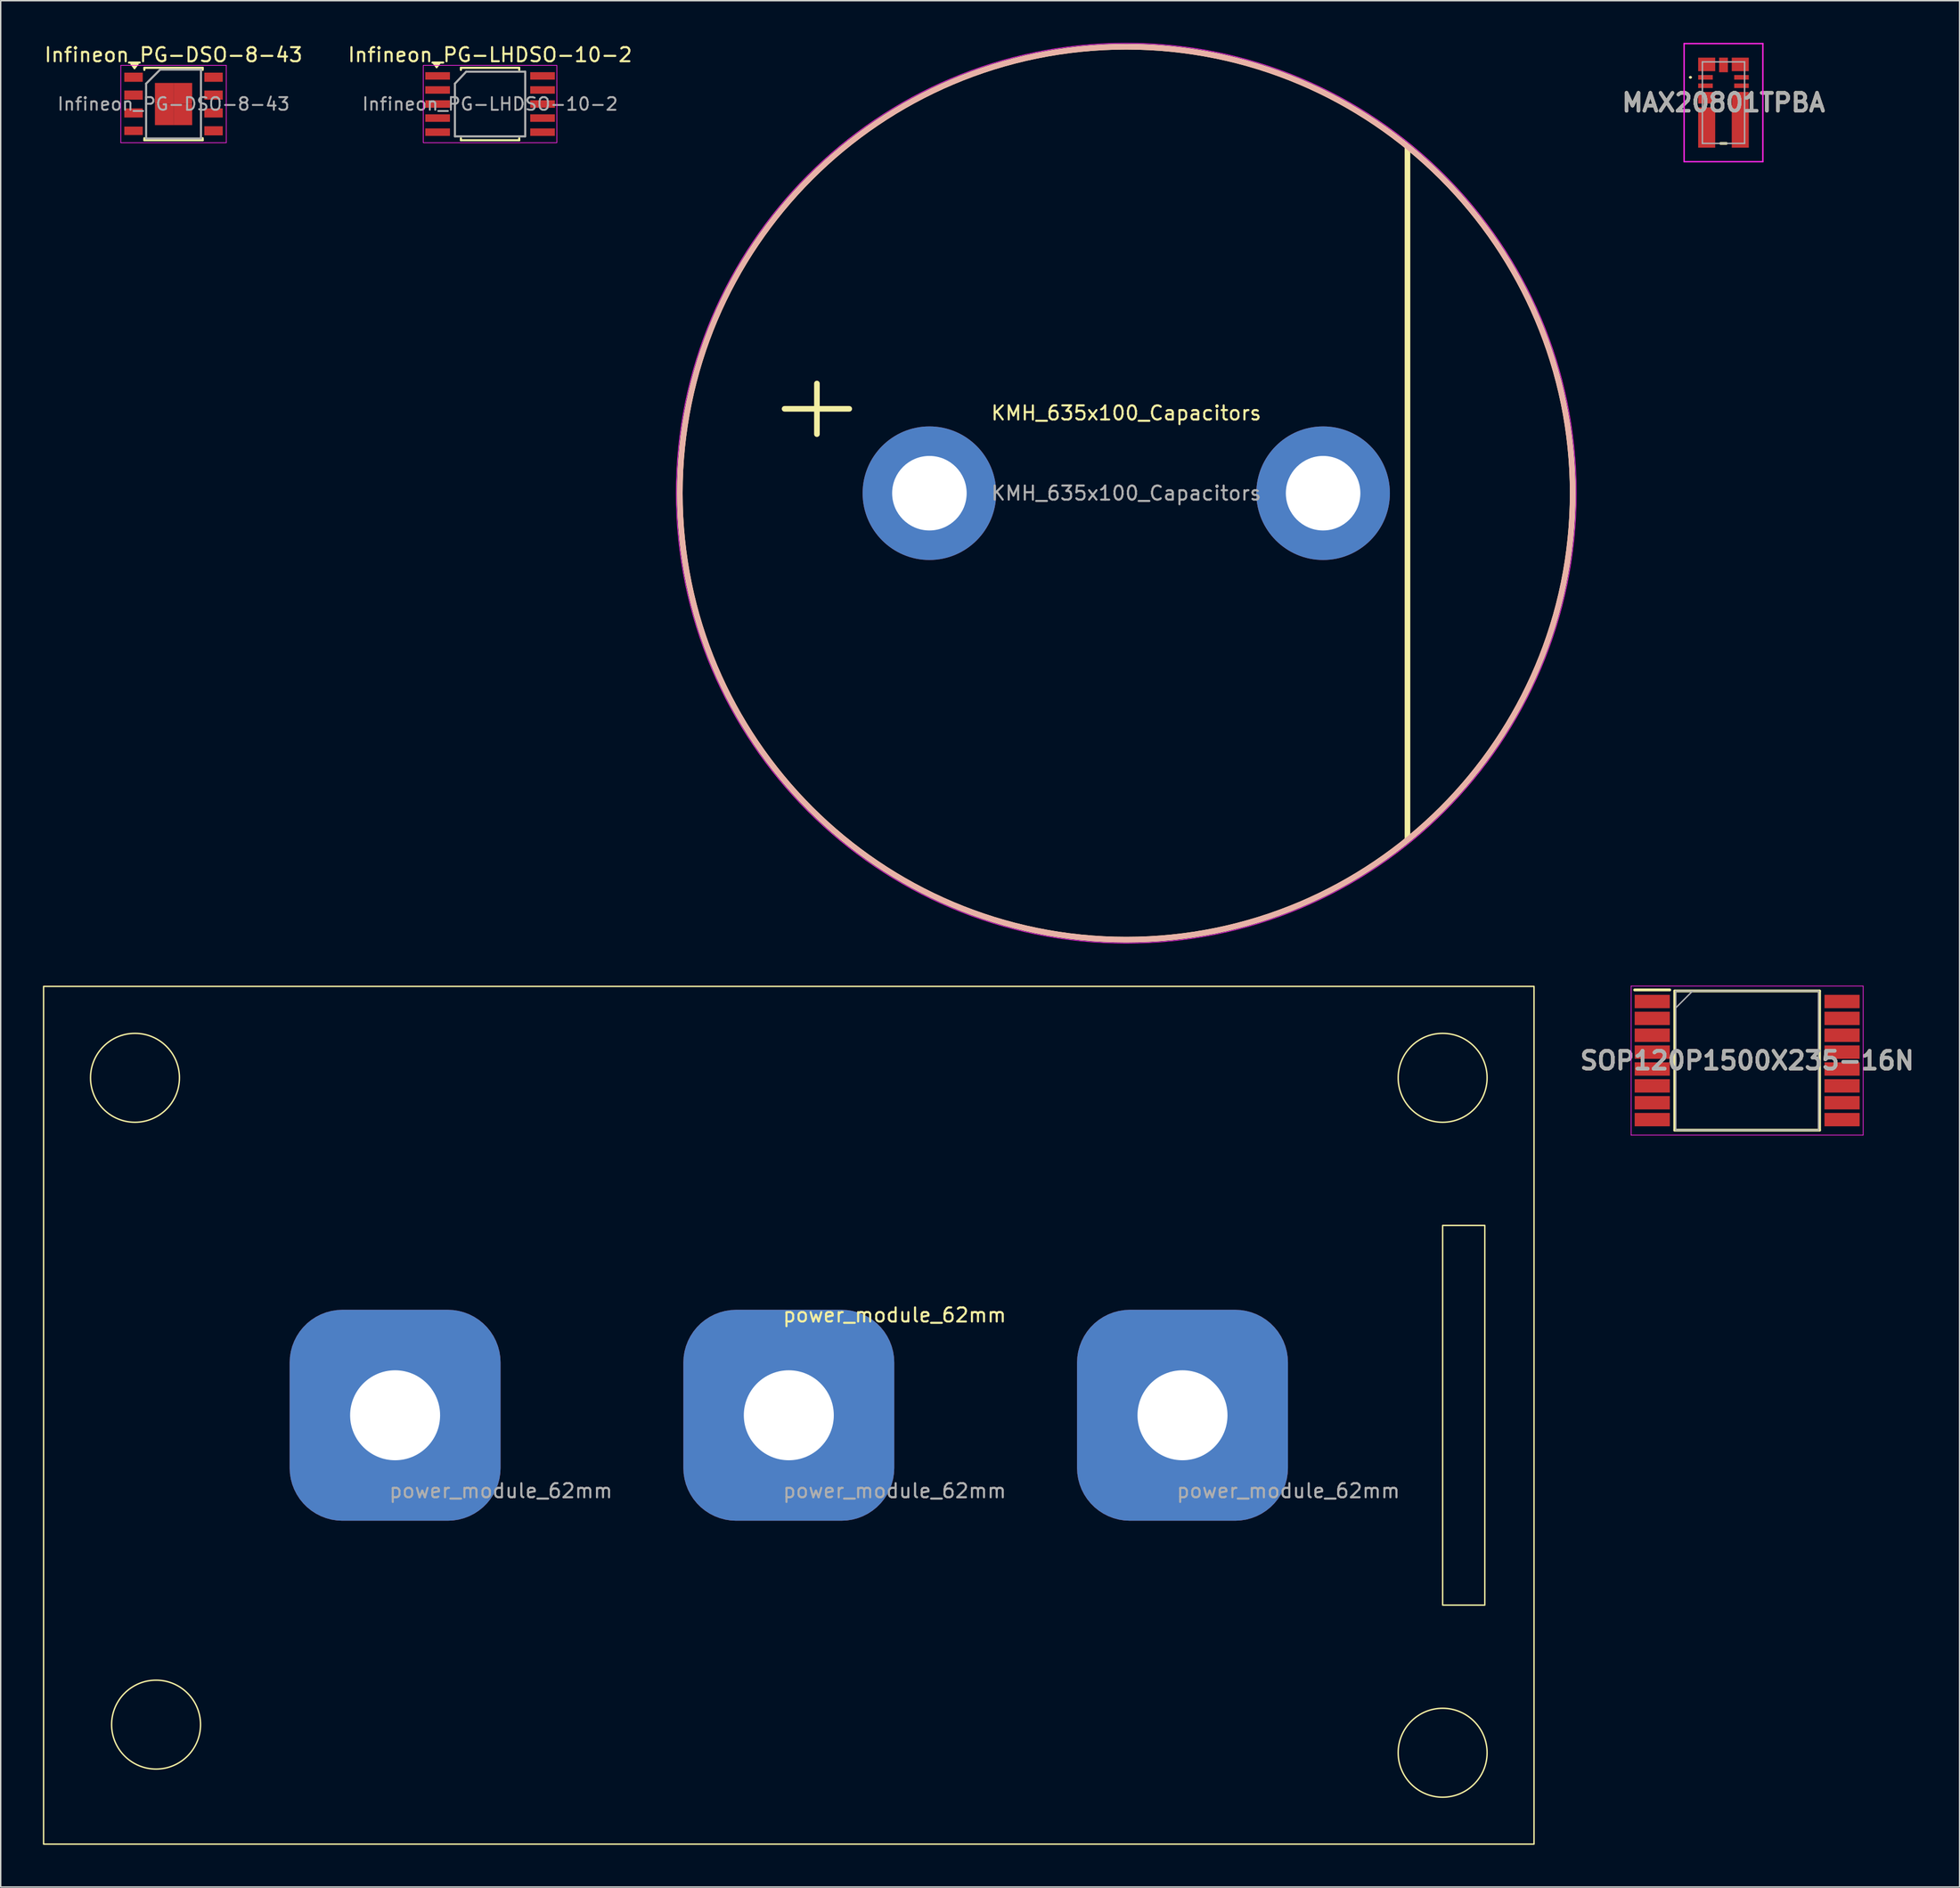
<source format=kicad_pcb>
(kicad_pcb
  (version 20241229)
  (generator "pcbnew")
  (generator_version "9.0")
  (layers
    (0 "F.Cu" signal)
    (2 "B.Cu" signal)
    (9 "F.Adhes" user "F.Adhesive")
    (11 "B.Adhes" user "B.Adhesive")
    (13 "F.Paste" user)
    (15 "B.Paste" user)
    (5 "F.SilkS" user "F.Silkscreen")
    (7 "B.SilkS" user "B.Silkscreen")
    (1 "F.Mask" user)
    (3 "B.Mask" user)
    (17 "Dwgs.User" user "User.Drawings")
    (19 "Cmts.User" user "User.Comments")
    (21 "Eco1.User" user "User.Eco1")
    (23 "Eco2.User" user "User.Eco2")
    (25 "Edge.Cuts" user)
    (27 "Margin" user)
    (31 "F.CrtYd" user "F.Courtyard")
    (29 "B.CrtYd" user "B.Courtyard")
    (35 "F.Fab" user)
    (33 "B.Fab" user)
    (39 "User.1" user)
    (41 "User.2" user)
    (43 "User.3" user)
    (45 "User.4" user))
  (footprint "Infineon_PG-DSO-8-43"
    (layer "F.Cu")
    (at 9.292 4.348)
    (property "Reference" "Infineon_PG-DSO-8-43" (at 0 -3.5 0) (layer "F.SilkS") (effects (font (size 1 1) (thickness 0.15))))
    (attr smd)
    (fp_line (start -2.075 -2.575) (end 2.075 -2.575) (stroke (width 0.15) (type solid)) (layer "F.SilkS"))
    (fp_line (start -2.075 -2.43) (end -2.075 -2.575) (stroke (width 0.15) (type solid)) (layer "F.SilkS"))
    (fp_line (start -2.075 2.575) (end -2.075 2.43) (stroke (width 0.15) (type solid)) (layer "F.SilkS"))
    (fp_line (start -2.075 2.575) (end 2.075 2.575) (stroke (width 0.15) (type solid)) (layer "F.SilkS"))
    (fp_line (start 2.075 -2.575) (end 2.075 -2.43) (stroke (width 0.15) (type solid)) (layer "F.SilkS"))
    (fp_line (start 2.075 2.575) (end 2.075 2.43) (stroke (width 0.15) (type solid)) (layer "F.SilkS"))
    (fp_poly (pts (xy -2.775 -2.525) (xy -3.015 -2.855) (xy -2.535 -2.855) (xy -2.775 -2.525)) (stroke (width 0.12) (type solid)) (fill yes) (layer "F.SilkS"))
    (fp_line (start -3.75 -2.75) (end -3.75 2.75) (stroke (width 0.05) (type solid)) (layer "F.CrtYd"))
    (fp_line (start -3.75 -2.75) (end 3.75 -2.75) (stroke (width 0.05) (type solid)) (layer "F.CrtYd"))
    (fp_line (start -3.75 2.75) (end 3.75 2.75) (stroke (width 0.05) (type solid)) (layer "F.CrtYd"))
    (fp_line (start 3.75 -2.75) (end 3.75 2.75) (stroke (width 0.05) (type solid)) (layer "F.CrtYd"))
    (fp_line (start -1.95 -1.45) (end -0.95 -2.45) (stroke (width 0.15) (type solid)) (layer "F.Fab"))
    (fp_line (start -1.95 2.45) (end -1.95 -1.45) (stroke (width 0.15) (type solid)) (layer "F.Fab"))
    (fp_line (start -0.95 -2.45) (end 1.95 -2.45) (stroke (width 0.15) (type solid)) (layer "F.Fab"))
    (fp_line (start 1.95 -2.45) (end 1.95 2.45) (stroke (width 0.15) (type solid)) (layer "F.Fab"))
    (fp_line (start 1.95 2.45) (end -1.95 2.45) (stroke (width 0.15) (type solid)) (layer "F.Fab"))
    (fp_text user "${REFERENCE}" (at 0 0 0) (layer "F.Fab") (effects (font (size 0.9 0.9) (thickness 0.135))))
    (pad "1" smd rect (at -2.845 -1.905) (size 1.31 0.65) (layers "F.Cu" "F.Mask" "F.Paste"))
    (pad "2" smd rect (at -2.845 -0.635) (size 1.31 0.65) (layers "F.Cu" "F.Mask" "F.Paste"))
    (pad "3" smd rect (at -2.845 0.635) (size 1.31 0.65) (layers "F.Cu" "F.Mask" "F.Paste"))
    (pad "4" smd rect (at -2.845 1.905) (size 1.31 0.6) (layers "F.Cu" "F.Mask" "F.Paste"))
    (pad "5" smd rect (at 2.845 1.905) (size 1.31 0.65) (layers "F.Cu" "F.Mask" "F.Paste"))
    (pad "6" smd rect (at 2.845 0.635) (size 1.31 0.65) (layers "F.Cu" "F.Mask" "F.Paste"))
    (pad "7" smd rect (at 2.845 -0.635) (size 1.31 0.65) (layers "F.Cu" "F.Mask" "F.Paste"))
    (pad "8" smd rect (at 2.845 -1.905) (size 1.31 0.65) (layers "F.Cu" "F.Mask" "F.Paste"))
    (pad "9" smd rect (at -0.662 -0.75) (size 1.325 1.5) (layers "F.Cu" "F.Mask" "F.Paste"))
    (pad "9" smd rect (at -0.662 0.75) (size 1.325 1.5) (layers "F.Cu" "F.Mask" "F.Paste"))
    (pad "9" smd rect (at 0.662 -0.75) (size 1.325 1.5) (layers "F.Cu" "F.Mask" "F.Paste"))
    (pad "9" smd rect (at 0.662 0.75) (size 1.325 1.5) (layers "F.Cu" "F.Mask" "F.Paste")))
  (footprint "Infineon_PG-LHDSO-10-2"
    (layer "F.Cu")
    (at 31.804 4.348)
    (property "Reference" "Infineon_PG-LHDSO-10-2" (at 0 -3.5 0) (layer "F.SilkS") (effects (font (size 1 1) (thickness 0.15))))
    (attr smd)
    (fp_line (start -2.075 -2.575) (end 2.075 -2.575) (stroke (width 0.15) (type solid)) (layer "F.SilkS"))
    (fp_line (start -2.075 -2.43) (end -2.075 -2.575) (stroke (width 0.15) (type solid)) (layer "F.SilkS"))
    (fp_line (start -2.075 2.575) (end -2.075 2.43) (stroke (width 0.15) (type solid)) (layer "F.SilkS"))
    (fp_line (start -2.075 2.575) (end 2.075 2.575) (stroke (width 0.15) (type solid)) (layer "F.SilkS"))
    (fp_line (start 2.075 -2.575) (end 2.075 -2.43) (stroke (width 0.15) (type solid)) (layer "F.SilkS"))
    (fp_line (start 2.075 2.575) (end 2.075 2.43) (stroke (width 0.15) (type solid)) (layer "F.SilkS"))
    (fp_poly (pts (xy -3.8 -2.6) (xy -4.04 -2.93) (xy -3.56 -2.93) (xy -3.8 -2.6)) (stroke (width 0.12) (type solid)) (fill yes) (layer "F.SilkS"))
    (fp_rect (start -4.75 -2.75) (end 4.75 2.75) (stroke (width 0.05) (type default)) (fill no) (layer "F.CrtYd"))
    (fp_line (start -2.5 -1.45) (end -1.7 -2.3) (stroke (width 0.15) (type solid)) (layer "F.Fab"))
    (fp_line (start -2.5 2.3) (end -2.5 -1.45) (stroke (width 0.15) (type solid)) (layer "F.Fab"))
    (fp_line (start -1.7 -2.3) (end 2.5 -2.3) (stroke (width 0.15) (type solid)) (layer "F.Fab"))
    (fp_line (start 2.5 -2.3) (end 2.5 2.3) (stroke (width 0.15) (type solid)) (layer "F.Fab"))
    (fp_line (start 2.5 2.3) (end -2.5 2.3) (stroke (width 0.15) (type solid)) (layer "F.Fab"))
    (fp_text user "${REFERENCE}" (at 0 0 0) (layer "F.Fab") (effects (font (size 0.9 0.9) (thickness 0.135))))
    (pad "1" smd rect (at -3.73 -2) (size 1.75 0.53) (layers "F.Cu" "F.Mask" "F.Paste"))
    (pad "2" smd rect (at -3.73 -1) (size 1.75 0.53) (layers "F.Cu" "F.Mask" "F.Paste"))
    (pad "3" smd rect (at -3.73 0) (size 1.75 0.53) (layers "F.Cu" "F.Mask" "F.Paste"))
    (pad "4" smd rect (at -3.73 1) (size 1.75 0.53) (layers "F.Cu" "F.Mask" "F.Paste"))
    (pad "5" smd rect (at -3.73 2) (size 1.75 0.53) (layers "F.Cu" "F.Mask" "F.Paste"))
    (pad "6" smd rect (at 3.73 2) (size 1.75 0.53) (layers "F.Cu" "F.Mask" "F.Paste"))
    (pad "7" smd rect (at 3.73 1) (size 1.75 0.53) (layers "F.Cu" "F.Mask" "F.Paste"))
    (pad "8" smd rect (at 3.73 0) (size 1.75 0.53) (layers "F.Cu" "F.Mask" "F.Paste"))
    (pad "9" smd rect (at 3.73 -1) (size 1.75 0.53) (layers "F.Cu" "F.Mask" "F.Paste"))
    (pad "10" smd rect (at 3.73 -2) (size 1.75 0.53) (layers "F.Cu" "F.Mask" "F.Paste")))
  (footprint "SOP120P1500X235-16N"
    (layer "F.Cu")
    (at 121.207 72.375)
    (property "Reference" "SOP120P1500X235-16N" (at 0 0 0) (layer "F.SilkS") (effects (font (size 1.27 1.27) (thickness 0.254))))
    (attr smd)
    (fp_line (start -8 -5.025) (end -5.5 -5.025) (stroke (width 0.2) (type solid)) (layer "F.SilkS"))
    (fp_line (start -5.15 -4.95) (end 5.15 -4.95) (stroke (width 0.2) (type solid)) (layer "F.SilkS"))
    (fp_line (start -5.15 4.95) (end -5.15 -4.95) (stroke (width 0.2) (type solid)) (layer "F.SilkS"))
    (fp_line (start 5.15 -4.95) (end 5.15 4.95) (stroke (width 0.2) (type solid)) (layer "F.SilkS"))
    (fp_line (start 5.15 4.95) (end -5.15 4.95) (stroke (width 0.2) (type solid)) (layer "F.SilkS"))
    (fp_line (start -8.25 -5.3) (end 8.25 -5.3) (stroke (width 0.05) (type solid)) (layer "F.CrtYd"))
    (fp_line (start -8.25 5.3) (end -8.25 -5.3) (stroke (width 0.05) (type solid)) (layer "F.CrtYd"))
    (fp_line (start 8.25 -5.3) (end 8.25 5.3) (stroke (width 0.05) (type solid)) (layer "F.CrtYd"))
    (fp_line (start 8.25 5.3) (end -8.25 5.3) (stroke (width 0.05) (type solid)) (layer "F.CrtYd"))
    (fp_line (start -5.075 -4.95) (end 5.075 -4.95) (stroke (width 0.1) (type solid)) (layer "F.Fab"))
    (fp_line (start -5.075 -3.75) (end -3.875 -4.95) (stroke (width 0.1) (type solid)) (layer "F.Fab"))
    (fp_line (start -5.075 4.95) (end -5.075 -4.95) (stroke (width 0.1) (type solid)) (layer "F.Fab"))
    (fp_line (start 5.075 -4.95) (end 5.075 4.95) (stroke (width 0.1) (type solid)) (layer "F.Fab"))
    (fp_line (start 5.075 4.95) (end -5.075 4.95) (stroke (width 0.1) (type solid)) (layer "F.Fab"))
    (fp_text user "${REFERENCE}" (at 0 0 0) (layer "F.Fab") (effects (font (size 1.27 1.27) (thickness 0.254))))
    (pad "1" smd rect (at -6.75 -4.2 90) (size 0.95 2.5) (layers "F.Cu" "F.Mask" "F.Paste"))
    (pad "2" smd rect (at -6.75 -3 90) (size 0.95 2.5) (layers "F.Cu" "F.Mask" "F.Paste"))
    (pad "3" smd rect (at -6.75 -1.8 90) (size 0.95 2.5) (layers "F.Cu" "F.Mask" "F.Paste"))
    (pad "4" smd rect (at -6.75 -0.6 90) (size 0.95 2.5) (layers "F.Cu" "F.Mask" "F.Paste"))
    (pad "5" smd rect (at -6.75 0.6 90) (size 0.95 2.5) (layers "F.Cu" "F.Mask" "F.Paste"))
    (pad "6" smd rect (at -6.75 1.8 90) (size 0.95 2.5) (layers "F.Cu" "F.Mask" "F.Paste"))
    (pad "7" smd rect (at -6.75 3 90) (size 0.95 2.5) (layers "F.Cu" "F.Mask" "F.Paste"))
    (pad "8" smd rect (at -6.75 4.2 90) (size 0.95 2.5) (layers "F.Cu" "F.Mask" "F.Paste"))
    (pad "9" smd rect (at 6.75 4.2 90) (size 0.95 2.5) (layers "F.Cu" "F.Mask" "F.Paste"))
    (pad "10" smd rect (at 6.75 3 90) (size 0.95 2.5) (layers "F.Cu" "F.Mask" "F.Paste"))
    (pad "11" smd rect (at 6.75 1.8 90) (size 0.95 2.5) (layers "F.Cu" "F.Mask" "F.Paste"))
    (pad "12" smd rect (at 6.75 0.6 90) (size 0.95 2.5) (layers "F.Cu" "F.Mask" "F.Paste"))
    (pad "13" smd rect (at 6.75 -0.6 90) (size 0.95 2.5) (layers "F.Cu" "F.Mask" "F.Paste"))
    (pad "14" smd rect (at 6.75 -1.8 90) (size 0.95 2.5) (layers "F.Cu" "F.Mask" "F.Paste"))
    (pad "15" smd rect (at 6.75 -3 90) (size 0.95 2.5) (layers "F.Cu" "F.Mask" "F.Paste"))
    (pad "16" smd rect (at 6.75 -4.2 90) (size 0.95 2.5) (layers "F.Cu" "F.Mask" "F.Paste")))
  (footprint "KMH_635x100_Capacitors"
    (layer "F.Cu")
    (at 77.049 32.025)
    (property "Reference" "KMH_635x100_Capacitors" (at 0 -5.7 0) (layer "F.SilkS") (effects (font (size 1 1) (thickness 0.15))))
    (attr exclude_from_pos_files exclude_from_bom)
    (fp_line (start -24.3 -6) (end -19.7 -6) (stroke (width 0.4) (type solid)) (layer "F.SilkS"))
    (fp_line (start -22 -7.8) (end -22 -4.2) (stroke (width 0.4) (type solid)) (layer "F.SilkS"))
    (fp_line (start 20 -24.6) (end 20 24.6) (stroke (width 0.4) (type solid)) (layer "F.SilkS"))
    (fp_circle (center 0 0) (end 31.75 0) (stroke (width 0.4) (type solid)) (fill no) (layer "F.SilkS"))
    (fp_circle (center 0 0) (end 31.75 0) (stroke (width 0.4) (type solid)) (fill no) (layer "B.SilkS"))
    (fp_circle (center 0 0) (end 32 0) (stroke (width 0.05) (type solid)) (fill no) (layer "F.CrtYd"))
    (fp_text user "${REFERENCE}" (at 0 0 0) (layer "F.Fab") (effects (font (size 1 1) (thickness 0.15))))
    (pad "1" thru_hole circle (at -14 0) (size 9.5 9.5) (drill 5.3) (layers "*.Cu" "*.Mask"))
    (pad "2" thru_hole circle (at 14 0) (size 9.5 9.5) (drill 5.3) (layers "*.Cu" "*.Mask")))
  (footprint "power_module_62mm"
    (layer "F.Cu")
    (at 53.05 97.6)
    (property "Reference" "power_module_62mm" (at 7.525 -7.125 0) (layer "F.SilkS") (effects (font (size 1 1) (thickness 0.15))))
    (attr through_hole)
    (fp_rect (start -53 -30.5) (end 53 30.5) (stroke (width 0.1) (type solid)) (fill no) (layer "F.SilkS"))
    (fp_rect (start 46.5 -13.5) (end 49.5 13.5) (stroke (width 0.1) (type solid)) (fill no) (layer "F.SilkS"))
    (fp_circle (center -46.5 -24) (end -43.338 -24) (stroke (width 0.1) (type solid)) (fill no) (layer "F.SilkS"))
    (fp_circle (center -45 22) (end -41.838 22) (stroke (width 0.1) (type solid)) (fill no) (layer "F.SilkS"))
    (fp_circle (center 46.5 -24) (end 49.662 -24) (stroke (width 0.1) (type solid)) (fill no) (layer "F.SilkS"))
    (fp_circle (center 46.5 24) (end 49.662 24) (stroke (width 0.1) (type solid)) (fill no) (layer "F.SilkS"))
    (fp_text user "${REFERENCE}" (at -20.475 5.375 0) (layer "F.Fab") (effects (font (size 1 1) (thickness 0.15))))
    (fp_text user "${REFERENCE}" (at 35.525 5.375 0) (layer "F.Fab") (effects (font (size 1 1) (thickness 0.15))))
    (fp_text user "${REFERENCE}" (at 7.525 5.375 0) (layer "F.Fab") (effects (font (size 1 1) (thickness 0.15))))
    (pad "1" thru_hole circle (at -28 0) (size 12 12) (drill 6.4) (layers "*.Cu" "*.Mask"))
    (pad "1" smd roundrect (at -28 0) (size 15 15) (layers "F.Cu" "F.Mask") (roundrect_rratio 0.25))
    (pad "1" smd roundrect (at -28 0) (size 15 15) (layers "B.Cu" "B.Mask") (roundrect_rratio 0.25))
    (pad "2" thru_hole circle (at 0 0) (size 12 12) (drill 6.4) (layers "*.Cu" "*.Mask"))
    (pad "2" smd roundrect (at 0 0) (size 15 15) (layers "F.Cu" "F.Mask") (roundrect_rratio 0.25))
    (pad "2" smd roundrect (at 0 0) (size 15 15) (layers "B.Cu" "B.Mask") (roundrect_rratio 0.25))
    (pad "3" thru_hole circle (at 28 0) (size 12 12) (drill 6.4) (layers "*.Cu" "*.Mask"))
    (pad "3" smd roundrect (at 28 0) (size 15 15) (layers "F.Cu" "F.Mask") (roundrect_rratio 0.25))
    (pad "3" smd roundrect (at 28 0) (size 15 15) (layers "B.Cu" "B.Mask") (roundrect_rratio 0.25)))
  (footprint "MAX20801TPBA"
    (layer "F.Cu")
    (at 119.524 4.25)
    (property "Reference" "MAX20801TPBA" (at 0 0 0) (layer "F.SilkS") (effects (font (size 1.27 1.27) (thickness 0.254))))
    (attr smd)
    (fp_line (start -2.4 -1.8) (end -2.4 -1.8) (stroke (width 0.1) (type solid)) (layer "F.SilkS"))
    (fp_line (start -2.3 -1.8) (end -2.3 -1.8) (stroke (width 0.1) (type solid)) (layer "F.SilkS"))
    (fp_line (start -0.2 2.9) (end 0.2 2.9) (stroke (width 0.2) (type solid)) (layer "F.SilkS"))
    (fp_arc (start -2.4 -1.8) (mid -2.35 -1.85) (end -2.3 -1.8) (stroke (width 0.1) (type solid)) (layer "F.SilkS"))
    (fp_arc (start -2.3 -1.8) (mid -2.35 -1.75) (end -2.4 -1.8) (stroke (width 0.1) (type solid)) (layer "F.SilkS"))
    (fp_line (start -2.8 -4.2) (end 2.8 -4.2) (stroke (width 0.1) (type solid)) (layer "F.CrtYd"))
    (fp_line (start -2.8 4.2) (end -2.8 -4.2) (stroke (width 0.1) (type solid)) (layer "F.CrtYd"))
    (fp_line (start 2.8 -4.2) (end 2.8 4.2) (stroke (width 0.1) (type solid)) (layer "F.CrtYd"))
    (fp_line (start 2.8 4.2) (end -2.8 4.2) (stroke (width 0.1) (type solid)) (layer "F.CrtYd"))
    (fp_line (start -1.5 -2.9) (end -1.5 2.9) (stroke (width 0.1) (type solid)) (layer "F.Fab"))
    (fp_line (start -1.5 2.9) (end 1.5 2.9) (stroke (width 0.1) (type solid)) (layer "F.Fab"))
    (fp_line (start 1.5 -2.9) (end -1.5 -2.9) (stroke (width 0.1) (type solid)) (layer "F.Fab"))
    (fp_line (start 1.5 2.9) (end 1.5 -2.9) (stroke (width 0.1) (type solid)) (layer "F.Fab"))
    (fp_text user "${REFERENCE}" (at 0 0 0) (layer "F.Fab") (effects (font (size 1.27 1.27) (thickness 0.254))))
    (pad "1" smd rect (at -1.281 -1.8 90) (size 0.325 1.038) (layers "F.Cu" "F.Mask" "F.Paste"))
    (pad "2" smd rect (at -1.281 -1.2 90) (size 0.325 1.038) (layers "F.Cu" "F.Mask" "F.Paste"))
    (pad "3" smd rect (at -1.194 -0.349 90) (size 0.825 1.213) (layers "F.Cu" "F.Mask" "F.Paste"))
    (pad "4" smd rect (at -1.194 1.769) (size 1.213 2.863) (layers "F.Cu" "F.Mask" "F.Paste"))
    (pad "5" smd rect (at 1.194 1.219) (size 1.213 3.963) (layers "F.Cu" "F.Mask" "F.Paste"))
    (pad "6" smd rect (at 1.281 -1.2 90) (size 0.325 1.038) (layers "F.Cu" "F.Mask" "F.Paste"))
    (pad "7" smd rect (at 1.281 -1.8 90) (size 0.325 1.038) (layers "F.Cu" "F.Mask" "F.Paste"))
    (pad "8" smd rect (at 1.194 -2.719 90) (size 0.962 1.213) (layers "F.Cu" "F.Mask" "F.Paste"))
    (pad "9" smd rect (at 0 -2.681) (size 0.625 1.038) (layers "F.Cu" "F.Mask" "F.Paste"))
    (pad "10" smd rect (at -1.194 -2.719 90) (size 0.962 1.213) (layers "F.Cu" "F.Mask" "F.Paste")))
  (gr_rect
    (start -3 -3)
    (end 136.315 131.15)
    (stroke (width 0.1) (type default))
    (fill no)
    (layer "Edge.Cuts")))
</source>
